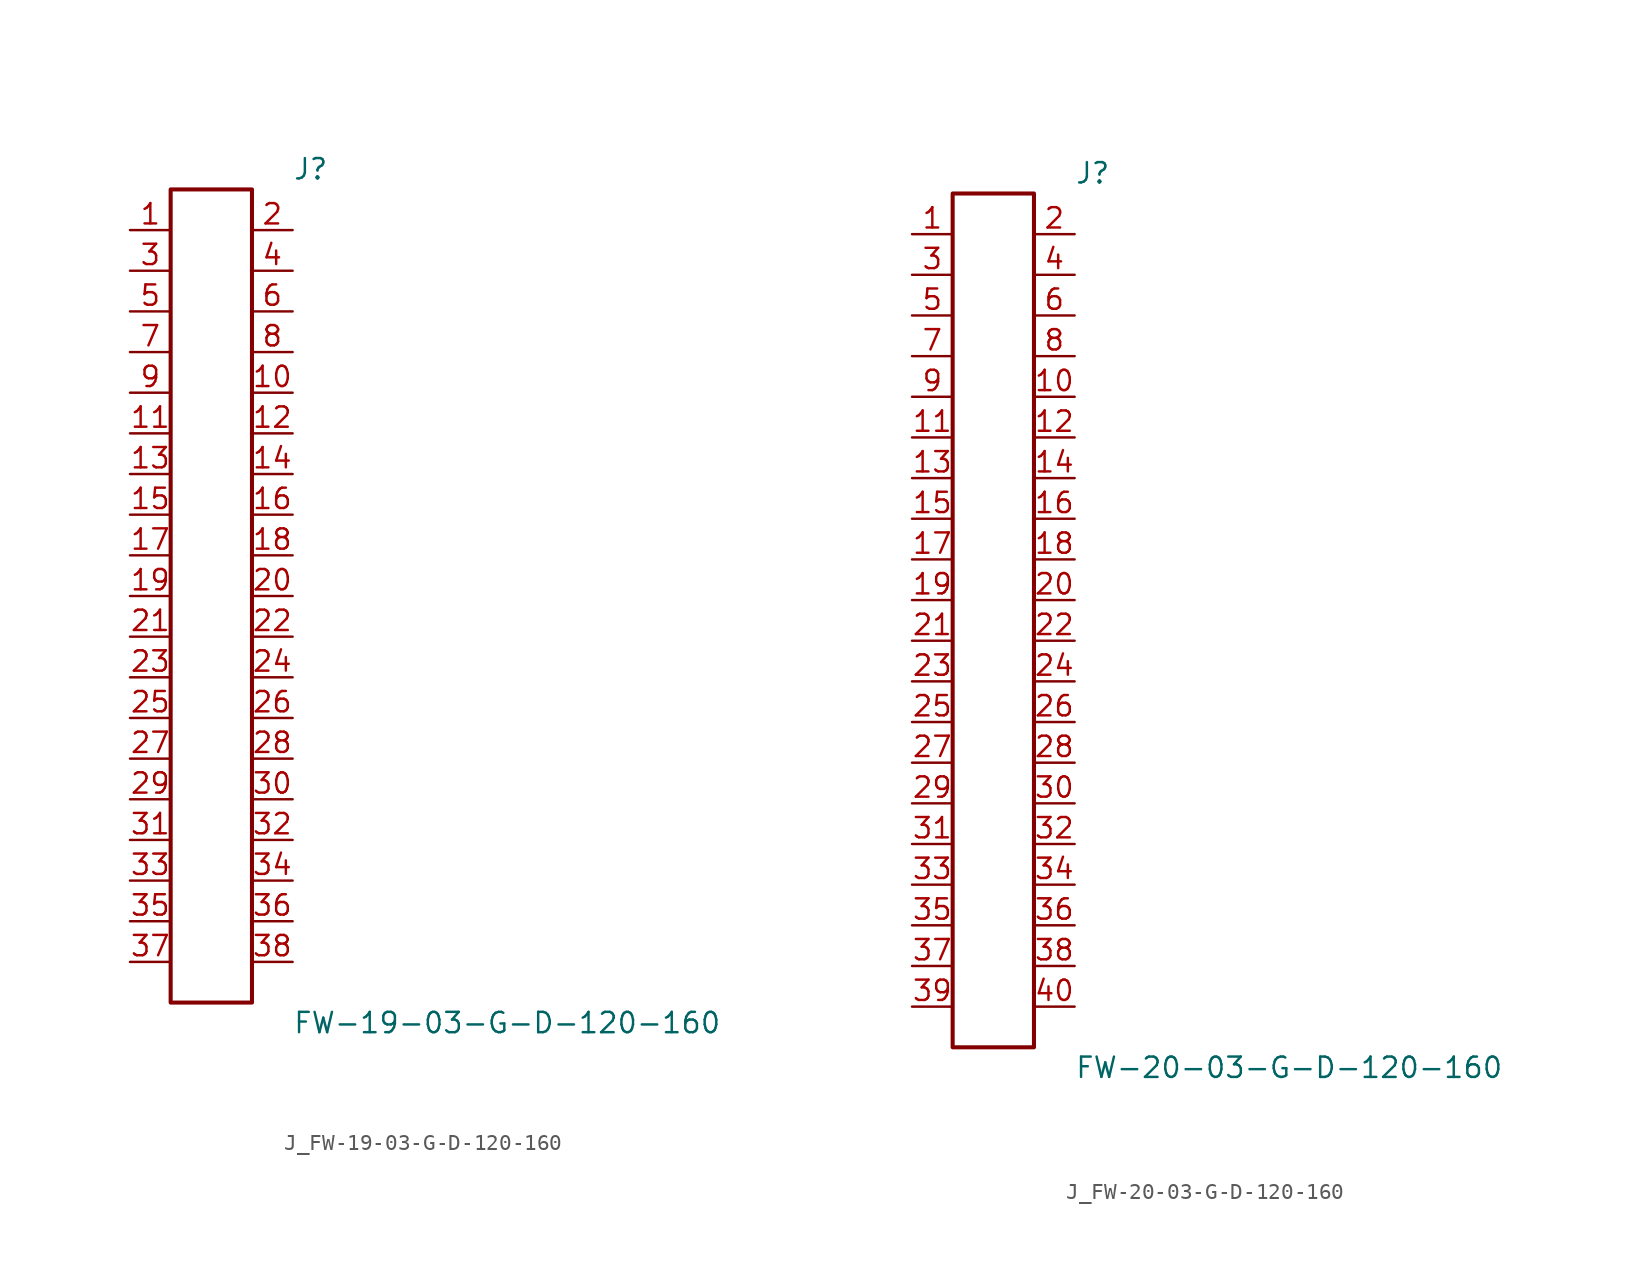
<source format=kicad_sym>
(kicad_symbol_lib
  (version 20231120)
  (generator kicad_symbol_editor)
  (generator_version 8.0)
  (symbol "J_FW-19-03-G-D-120-160"
    (pin_names
      (offset 0.254))
    (property "Reference" "J"
      (at 5.08 26.67 0)
      (effects (font (size 1.27 1.27)) (justify left)))
    (property "Value" "FW-19-03-G-D-120-160"
      (at 5.08 -26.67 0)
      (effects (font (size 1.27 1.27)) (justify left)))
    (symbol "J_FW-19-03-G-D-120-160_0_0"
      (pin passive line (at -5.08 22.86 0) (length 2.54) (name "" (effects (font (size 1.27 1.27)))) (number "1" (effects (font (size 1.27 1.27)))))
      (pin passive line (at 5.08 22.86 180) (length 2.54) (name "" (effects (font (size 1.27 1.27)))) (number "2" (effects (font (size 1.27 1.27)))))
      (pin passive line (at -5.08 20.32 0) (length 2.54) (name "" (effects (font (size 1.27 1.27)))) (number "3" (effects (font (size 1.27 1.27)))))
      (pin passive line (at 5.08 20.32 180) (length 2.54) (name "" (effects (font (size 1.27 1.27)))) (number "4" (effects (font (size 1.27 1.27)))))
      (pin passive line (at -5.08 17.78 0) (length 2.54) (name "" (effects (font (size 1.27 1.27)))) (number "5" (effects (font (size 1.27 1.27)))))
      (pin passive line (at 5.08 17.78 180) (length 2.54) (name "" (effects (font (size 1.27 1.27)))) (number "6" (effects (font (size 1.27 1.27)))))
      (pin passive line (at -5.08 15.24 0) (length 2.54) (name "" (effects (font (size 1.27 1.27)))) (number "7" (effects (font (size 1.27 1.27)))))
      (pin passive line (at 5.08 15.24 180) (length 2.54) (name "" (effects (font (size 1.27 1.27)))) (number "8" (effects (font (size 1.27 1.27)))))
      (pin passive line (at -5.08 12.7 0) (length 2.54) (name "" (effects (font (size 1.27 1.27)))) (number "9" (effects (font (size 1.27 1.27)))))
      (pin passive line (at 5.08 12.7 180) (length 2.54) (name "" (effects (font (size 1.27 1.27)))) (number "10" (effects (font (size 1.27 1.27)))))
      (pin passive line (at -5.08 10.16 0) (length 2.54) (name "" (effects (font (size 1.27 1.27)))) (number "11" (effects (font (size 1.27 1.27)))))
      (pin passive line (at 5.08 10.16 180) (length 2.54) (name "" (effects (font (size 1.27 1.27)))) (number "12" (effects (font (size 1.27 1.27)))))
      (pin passive line (at -5.08 7.62 0) (length 2.54) (name "" (effects (font (size 1.27 1.27)))) (number "13" (effects (font (size 1.27 1.27)))))
      (pin passive line (at 5.08 7.62 180) (length 2.54) (name "" (effects (font (size 1.27 1.27)))) (number "14" (effects (font (size 1.27 1.27)))))
      (pin passive line (at -5.08 5.08 0) (length 2.54) (name "" (effects (font (size 1.27 1.27)))) (number "15" (effects (font (size 1.27 1.27)))))
      (pin passive line (at 5.08 5.08 180) (length 2.54) (name "" (effects (font (size 1.27 1.27)))) (number "16" (effects (font (size 1.27 1.27)))))
      (pin passive line (at -5.08 2.54 0) (length 2.54) (name "" (effects (font (size 1.27 1.27)))) (number "17" (effects (font (size 1.27 1.27)))))
      (pin passive line (at 5.08 2.54 180) (length 2.54) (name "" (effects (font (size 1.27 1.27)))) (number "18" (effects (font (size 1.27 1.27)))))
      (pin passive line (at -5.08 0.0 0) (length 2.54) (name "" (effects (font (size 1.27 1.27)))) (number "19" (effects (font (size 1.27 1.27)))))
      (pin passive line (at 5.08 0.0 180) (length 2.54) (name "" (effects (font (size 1.27 1.27)))) (number "20" (effects (font (size 1.27 1.27)))))
      (pin passive line (at -5.08 -2.54 0) (length 2.54) (name "" (effects (font (size 1.27 1.27)))) (number "21" (effects (font (size 1.27 1.27)))))
      (pin passive line (at 5.08 -2.54 180) (length 2.54) (name "" (effects (font (size 1.27 1.27)))) (number "22" (effects (font (size 1.27 1.27)))))
      (pin passive line (at -5.08 -5.08 0) (length 2.54) (name "" (effects (font (size 1.27 1.27)))) (number "23" (effects (font (size 1.27 1.27)))))
      (pin passive line (at 5.08 -5.08 180) (length 2.54) (name "" (effects (font (size 1.27 1.27)))) (number "24" (effects (font (size 1.27 1.27)))))
      (pin passive line (at -5.08 -7.62 0) (length 2.54) (name "" (effects (font (size 1.27 1.27)))) (number "25" (effects (font (size 1.27 1.27)))))
      (pin passive line (at 5.08 -7.62 180) (length 2.54) (name "" (effects (font (size 1.27 1.27)))) (number "26" (effects (font (size 1.27 1.27)))))
      (pin passive line (at -5.08 -10.16 0) (length 2.54) (name "" (effects (font (size 1.27 1.27)))) (number "27" (effects (font (size 1.27 1.27)))))
      (pin passive line (at 5.08 -10.16 180) (length 2.54) (name "" (effects (font (size 1.27 1.27)))) (number "28" (effects (font (size 1.27 1.27)))))
      (pin passive line (at -5.08 -12.7 0) (length 2.54) (name "" (effects (font (size 1.27 1.27)))) (number "29" (effects (font (size 1.27 1.27)))))
      (pin passive line (at 5.08 -12.7 180) (length 2.54) (name "" (effects (font (size 1.27 1.27)))) (number "30" (effects (font (size 1.27 1.27)))))
      (pin passive line (at -5.08 -15.24 0) (length 2.54) (name "" (effects (font (size 1.27 1.27)))) (number "31" (effects (font (size 1.27 1.27)))))
      (pin passive line (at 5.08 -15.24 180) (length 2.54) (name "" (effects (font (size 1.27 1.27)))) (number "32" (effects (font (size 1.27 1.27)))))
      (pin passive line (at -5.08 -17.78 0) (length 2.54) (name "" (effects (font (size 1.27 1.27)))) (number "33" (effects (font (size 1.27 1.27)))))
      (pin passive line (at 5.08 -17.78 180) (length 2.54) (name "" (effects (font (size 1.27 1.27)))) (number "34" (effects (font (size 1.27 1.27)))))
      (pin passive line (at -5.08 -20.32 0) (length 2.54) (name "" (effects (font (size 1.27 1.27)))) (number "35" (effects (font (size 1.27 1.27)))))
      (pin passive line (at 5.08 -20.32 180) (length 2.54) (name "" (effects (font (size 1.27 1.27)))) (number "36" (effects (font (size 1.27 1.27)))))
      (pin passive line (at -5.08 -22.86 0) (length 2.54) (name "" (effects (font (size 1.27 1.27)))) (number "37" (effects (font (size 1.27 1.27)))))
      (pin passive line (at 5.08 -22.86 180) (length 2.54) (name "" (effects (font (size 1.27 1.27)))) (number "38" (effects (font (size 1.27 1.27))))))
    (symbol "J_FW-19-03-G-D-120-160_1_0"
      (rectangle (start -2.54 25.4) (end 2.54 -25.4) (stroke (width 0.254) (type solid)) (fill (type none)))))
  (symbol "J_FW-20-03-G-D-120-160"
    (pin_names
      (offset 0.254))
    (property "Reference" "J"
      (at 5.08 27.94 0)
      (effects (font (size 1.27 1.27)) (justify left)))
    (property "Value" "FW-20-03-G-D-120-160"
      (at 5.08 -27.94 0)
      (effects (font (size 1.27 1.27)) (justify left)))
    (symbol "J_FW-20-03-G-D-120-160_0_0"
      (pin passive line (at -5.08 24.13 0) (length 2.54) (name "" (effects (font (size 1.27 1.27)))) (number "1" (effects (font (size 1.27 1.27)))))
      (pin passive line (at 5.08 24.13 180) (length 2.54) (name "" (effects (font (size 1.27 1.27)))) (number "2" (effects (font (size 1.27 1.27)))))
      (pin passive line (at -5.08 21.59 0) (length 2.54) (name "" (effects (font (size 1.27 1.27)))) (number "3" (effects (font (size 1.27 1.27)))))
      (pin passive line (at 5.08 21.59 180) (length 2.54) (name "" (effects (font (size 1.27 1.27)))) (number "4" (effects (font (size 1.27 1.27)))))
      (pin passive line (at -5.08 19.05 0) (length 2.54) (name "" (effects (font (size 1.27 1.27)))) (number "5" (effects (font (size 1.27 1.27)))))
      (pin passive line (at 5.08 19.05 180) (length 2.54) (name "" (effects (font (size 1.27 1.27)))) (number "6" (effects (font (size 1.27 1.27)))))
      (pin passive line (at -5.08 16.51 0) (length 2.54) (name "" (effects (font (size 1.27 1.27)))) (number "7" (effects (font (size 1.27 1.27)))))
      (pin passive line (at 5.08 16.51 180) (length 2.54) (name "" (effects (font (size 1.27 1.27)))) (number "8" (effects (font (size 1.27 1.27)))))
      (pin passive line (at -5.08 13.97 0) (length 2.54) (name "" (effects (font (size 1.27 1.27)))) (number "9" (effects (font (size 1.27 1.27)))))
      (pin passive line (at 5.08 13.97 180) (length 2.54) (name "" (effects (font (size 1.27 1.27)))) (number "10" (effects (font (size 1.27 1.27)))))
      (pin passive line (at -5.08 11.43 0) (length 2.54) (name "" (effects (font (size 1.27 1.27)))) (number "11" (effects (font (size 1.27 1.27)))))
      (pin passive line (at 5.08 11.43 180) (length 2.54) (name "" (effects (font (size 1.27 1.27)))) (number "12" (effects (font (size 1.27 1.27)))))
      (pin passive line (at -5.08 8.89 0) (length 2.54) (name "" (effects (font (size 1.27 1.27)))) (number "13" (effects (font (size 1.27 1.27)))))
      (pin passive line (at 5.08 8.89 180) (length 2.54) (name "" (effects (font (size 1.27 1.27)))) (number "14" (effects (font (size 1.27 1.27)))))
      (pin passive line (at -5.08 6.35 0) (length 2.54) (name "" (effects (font (size 1.27 1.27)))) (number "15" (effects (font (size 1.27 1.27)))))
      (pin passive line (at 5.08 6.35 180) (length 2.54) (name "" (effects (font (size 1.27 1.27)))) (number "16" (effects (font (size 1.27 1.27)))))
      (pin passive line (at -5.08 3.81 0) (length 2.54) (name "" (effects (font (size 1.27 1.27)))) (number "17" (effects (font (size 1.27 1.27)))))
      (pin passive line (at 5.08 3.81 180) (length 2.54) (name "" (effects (font (size 1.27 1.27)))) (number "18" (effects (font (size 1.27 1.27)))))
      (pin passive line (at -5.08 1.27 0) (length 2.54) (name "" (effects (font (size 1.27 1.27)))) (number "19" (effects (font (size 1.27 1.27)))))
      (pin passive line (at 5.08 1.27 180) (length 2.54) (name "" (effects (font (size 1.27 1.27)))) (number "20" (effects (font (size 1.27 1.27)))))
      (pin passive line (at -5.08 -1.27 0) (length 2.54) (name "" (effects (font (size 1.27 1.27)))) (number "21" (effects (font (size 1.27 1.27)))))
      (pin passive line (at 5.08 -1.27 180) (length 2.54) (name "" (effects (font (size 1.27 1.27)))) (number "22" (effects (font (size 1.27 1.27)))))
      (pin passive line (at -5.08 -3.81 0) (length 2.54) (name "" (effects (font (size 1.27 1.27)))) (number "23" (effects (font (size 1.27 1.27)))))
      (pin passive line (at 5.08 -3.81 180) (length 2.54) (name "" (effects (font (size 1.27 1.27)))) (number "24" (effects (font (size 1.27 1.27)))))
      (pin passive line (at -5.08 -6.35 0) (length 2.54) (name "" (effects (font (size 1.27 1.27)))) (number "25" (effects (font (size 1.27 1.27)))))
      (pin passive line (at 5.08 -6.35 180) (length 2.54) (name "" (effects (font (size 1.27 1.27)))) (number "26" (effects (font (size 1.27 1.27)))))
      (pin passive line (at -5.08 -8.89 0) (length 2.54) (name "" (effects (font (size 1.27 1.27)))) (number "27" (effects (font (size 1.27 1.27)))))
      (pin passive line (at 5.08 -8.89 180) (length 2.54) (name "" (effects (font (size 1.27 1.27)))) (number "28" (effects (font (size 1.27 1.27)))))
      (pin passive line (at -5.08 -11.43 0) (length 2.54) (name "" (effects (font (size 1.27 1.27)))) (number "29" (effects (font (size 1.27 1.27)))))
      (pin passive line (at 5.08 -11.43 180) (length 2.54) (name "" (effects (font (size 1.27 1.27)))) (number "30" (effects (font (size 1.27 1.27)))))
      (pin passive line (at -5.08 -13.97 0) (length 2.54) (name "" (effects (font (size 1.27 1.27)))) (number "31" (effects (font (size 1.27 1.27)))))
      (pin passive line (at 5.08 -13.97 180) (length 2.54) (name "" (effects (font (size 1.27 1.27)))) (number "32" (effects (font (size 1.27 1.27)))))
      (pin passive line (at -5.08 -16.51 0) (length 2.54) (name "" (effects (font (size 1.27 1.27)))) (number "33" (effects (font (size 1.27 1.27)))))
      (pin passive line (at 5.08 -16.51 180) (length 2.54) (name "" (effects (font (size 1.27 1.27)))) (number "34" (effects (font (size 1.27 1.27)))))
      (pin passive line (at -5.08 -19.05 0) (length 2.54) (name "" (effects (font (size 1.27 1.27)))) (number "35" (effects (font (size 1.27 1.27)))))
      (pin passive line (at 5.08 -19.05 180) (length 2.54) (name "" (effects (font (size 1.27 1.27)))) (number "36" (effects (font (size 1.27 1.27)))))
      (pin passive line (at -5.08 -21.59 0) (length 2.54) (name "" (effects (font (size 1.27 1.27)))) (number "37" (effects (font (size 1.27 1.27)))))
      (pin passive line (at 5.08 -21.59 180) (length 2.54) (name "" (effects (font (size 1.27 1.27)))) (number "38" (effects (font (size 1.27 1.27)))))
      (pin passive line (at -5.08 -24.13 0) (length 2.54) (name "" (effects (font (size 1.27 1.27)))) (number "39" (effects (font (size 1.27 1.27)))))
      (pin passive line (at 5.08 -24.13 180) (length 2.54) (name "" (effects (font (size 1.27 1.27)))) (number "40" (effects (font (size 1.27 1.27))))))
    (symbol "J_FW-20-03-G-D-120-160_1_0"
      (rectangle (start -2.54 26.67) (end 2.54 -26.67) (stroke (width 0.254) (type solid)) (fill (type none))))))
</source>
